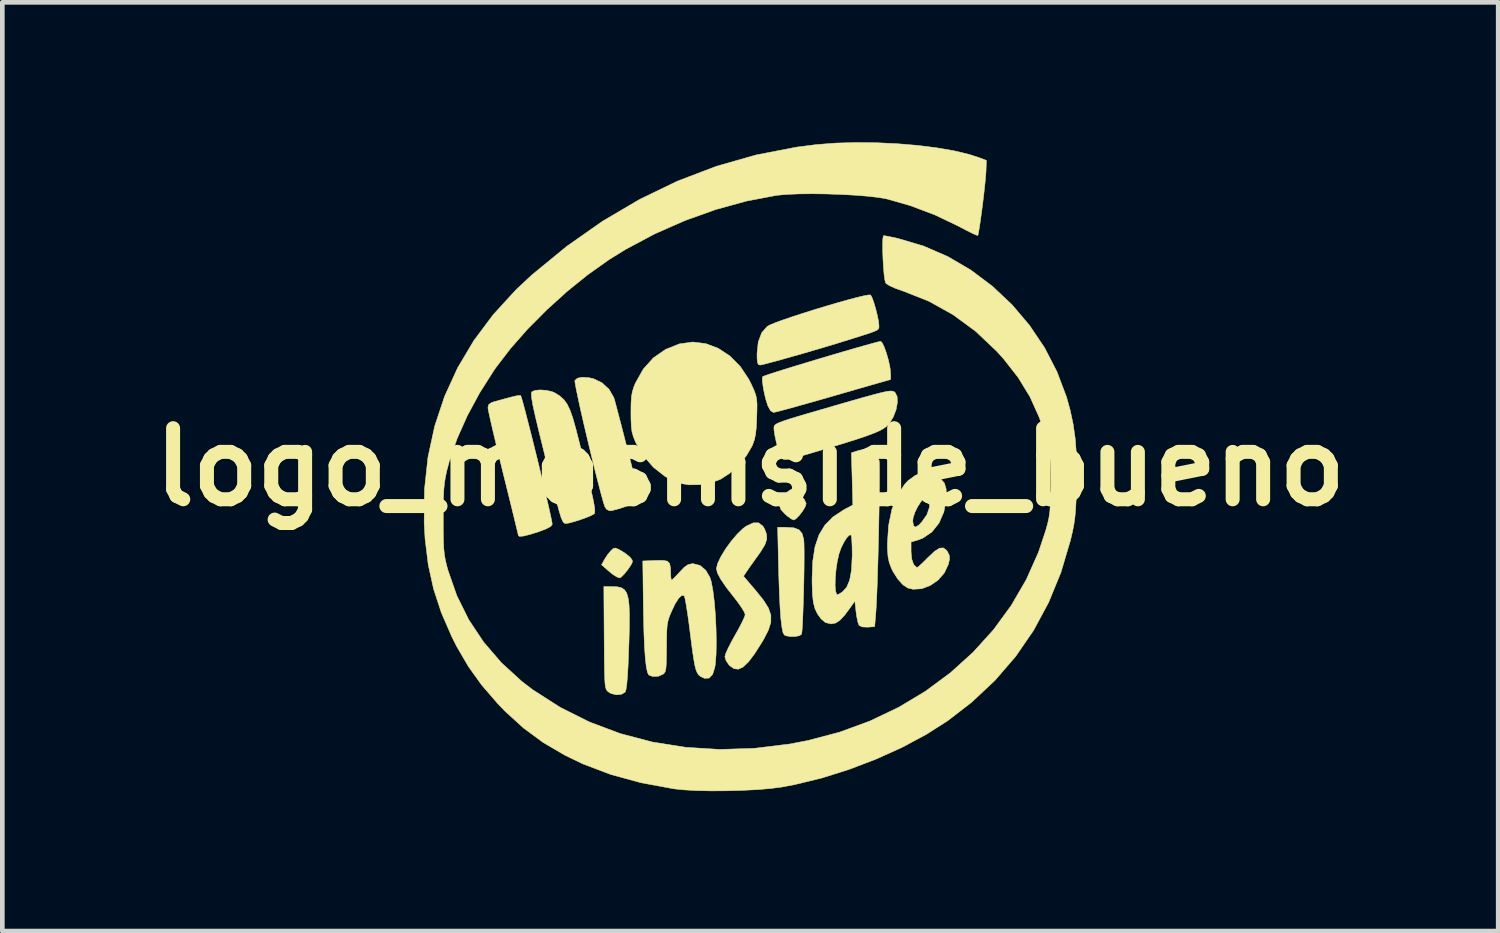
<source format=kicad_pcb>
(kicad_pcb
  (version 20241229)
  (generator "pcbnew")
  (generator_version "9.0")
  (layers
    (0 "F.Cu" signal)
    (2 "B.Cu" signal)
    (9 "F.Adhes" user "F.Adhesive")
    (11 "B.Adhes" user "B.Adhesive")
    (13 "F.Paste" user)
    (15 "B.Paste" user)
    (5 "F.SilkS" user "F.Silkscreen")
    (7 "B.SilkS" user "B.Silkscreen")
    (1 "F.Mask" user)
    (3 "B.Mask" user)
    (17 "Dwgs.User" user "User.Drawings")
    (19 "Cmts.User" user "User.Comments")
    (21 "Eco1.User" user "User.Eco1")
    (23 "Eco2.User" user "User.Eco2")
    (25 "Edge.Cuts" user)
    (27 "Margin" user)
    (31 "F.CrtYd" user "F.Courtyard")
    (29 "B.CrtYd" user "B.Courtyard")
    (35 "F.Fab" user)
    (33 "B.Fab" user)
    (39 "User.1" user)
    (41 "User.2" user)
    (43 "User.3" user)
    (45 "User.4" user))
  (footprint "logo_mosinside_bueno"
    (layer "F.Cu")
    (at 13.034 6.964)
    (property "Reference" "logo_mosinside_bueno" (at 0 0 0) (layer "F.SilkS") (effects (font (size 1.524 1.524) (thickness 0.3))))
    (attr through_hole)
    (fp_poly (pts (xy 0.916 0.492) (xy 0.946 0.508) (xy 1.066 0.592) (xy 1.155 0.687) (xy 1.196 0.774) (xy 1.197 0.787) (xy 1.174 0.857) (xy 1.117 0.95) (xy 1.044 1.043) (xy 0.974 1.111) (xy 0.93 1.133) (xy 0.879 1.11) (xy 0.797 1.051) (xy 0.752 1.013) (xy 0.656 0.909) (xy 0.624 0.813) (xy 0.656 0.71) (xy 0.737 0.6) (xy 0.813 0.517) (xy 0.865 0.484) (xy 0.916 0.492)) (stroke (width 0.01) (type solid)) (fill yes) (layer "F.SilkS"))
    (fp_poly (pts (xy -2.829 1.759) (xy -2.771 1.79) (xy -2.666 1.858) (xy -2.58 1.929) (xy -2.566 1.945) (xy -2.531 1.993) (xy -2.527 2.037) (xy -2.558 2.099) (xy -2.622 2.193) (xy -2.699 2.29) (xy -2.767 2.357) (xy -2.798 2.375) (xy -2.854 2.358) (xy -2.943 2.302) (xy -3.021 2.24) (xy -3.188 2.094) (xy -3.127 1.982) (xy -3.058 1.876) (xy -2.988 1.792) (xy -2.937 1.745) (xy -2.893 1.734) (xy -2.829 1.759)) (stroke (width 0.01) (type solid)) (fill yes) (layer "F.SilkS"))
    (fp_poly (pts (xy -2.95 2.561) (xy -2.847 2.566) (xy -2.763 2.586) (xy -2.699 2.627) (xy -2.651 2.696) (xy -2.619 2.803) (xy -2.599 2.953) (xy -2.591 3.156) (xy -2.592 3.417) (xy -2.6 3.745) (xy -2.607 3.934) (xy -2.619 4.249) (xy -2.633 4.49) (xy -2.648 4.664) (xy -2.665 4.773) (xy -2.683 4.823) (xy -2.762 4.871) (xy -2.873 4.881) (xy -2.986 4.853) (xy -3.046 4.816) (xy -3.069 4.793) (xy -3.088 4.765) (xy -3.101 4.722) (xy -3.112 4.655) (xy -3.119 4.555) (xy -3.124 4.412) (xy -3.127 4.219) (xy -3.13 3.965) (xy -3.132 3.653) (xy -3.139 2.56) (xy -2.95 2.561)) (stroke (width 0.01) (type solid)) (fill yes) (layer "F.SilkS"))
    (fp_poly (pts (xy 0.933 1.301) (xy 1.045 1.343) (xy 1.111 1.423) (xy 1.146 1.55) (xy 1.147 1.556) (xy 1.152 1.64) (xy 1.155 1.784) (xy 1.155 1.975) (xy 1.153 2.2) (xy 1.149 2.444) (xy 1.143 2.695) (xy 1.136 2.938) (xy 1.128 3.161) (xy 1.12 3.35) (xy 1.111 3.491) (xy 1.102 3.571) (xy 1.1 3.581) (xy 1.055 3.613) (xy 0.966 3.631) (xy 0.86 3.632) (xy 0.767 3.616) (xy 0.731 3.599) (xy 0.702 3.548) (xy 0.678 3.433) (xy 0.656 3.251) (xy 0.638 3.001) (xy 0.623 2.68) (xy 0.61 2.284) (xy 0.605 2.081) (xy 0.587 1.29) (xy 0.764 1.29) (xy 0.933 1.301)) (stroke (width 0.01) (type solid)) (fill yes) (layer "F.SilkS"))
    (fp_poly (pts (xy -3.459 -1.917) (xy -3.36 -1.895) (xy -3.178 -1.808) (xy -3.027 -1.668) (xy -2.926 -1.492) (xy -2.909 -1.44) (xy -2.871 -1.297) (xy -2.822 -1.11) (xy -2.764 -0.89) (xy -2.702 -0.648) (xy -2.637 -0.395) (xy -2.572 -0.144) (xy -2.511 0.095) (xy -2.456 0.31) (xy -2.411 0.489) (xy -2.378 0.622) (xy -2.361 0.696) (xy -2.359 0.708) (xy -2.391 0.733) (xy -2.474 0.771) (xy -2.591 0.816) (xy -2.723 0.862) (xy -2.85 0.902) (xy -2.956 0.929) (xy -3.014 0.938) (xy -3.084 0.902) (xy -3.121 0.84) (xy -3.154 0.734) (xy -3.199 0.572) (xy -3.253 0.365) (xy -3.315 0.124) (xy -3.381 -0.142) (xy -3.448 -0.42) (xy -3.515 -0.701) (xy -3.579 -0.974) (xy -3.637 -1.229) (xy -3.686 -1.454) (xy -3.725 -1.639) (xy -3.751 -1.774) (xy -3.761 -1.848) (xy -3.76 -1.857) (xy -3.706 -1.906) (xy -3.601 -1.927) (xy -3.459 -1.917)) (stroke (width 0.01) (type solid)) (fill yes) (layer "F.SilkS"))
    (fp_poly (pts (xy -4.374 -1.646) (xy -4.253 -1.619) (xy -4.189 -1.592) (xy -4.082 -1.524) (xy -3.996 -1.447) (xy -3.925 -1.349) (xy -3.862 -1.217) (xy -3.8 -1.038) (xy -3.734 -0.802) (xy -3.701 -0.672) (xy -3.6 -0.274) (xy -3.518 0.056) (xy -3.453 0.323) (xy -3.404 0.535) (xy -3.368 0.698) (xy -3.346 0.818) (xy -3.334 0.903) (xy -3.333 0.958) (xy -3.34 0.991) (xy -3.348 1.002) (xy -3.403 1.034) (xy -3.507 1.078) (xy -3.637 1.125) (xy -3.772 1.168) (xy -3.889 1.199) (xy -3.966 1.211) (xy -3.967 1.211) (xy -4.01 1.18) (xy -4.055 1.082) (xy -4.096 0.948) (xy -4.152 0.738) (xy -4.221 0.472) (xy -4.298 0.169) (xy -4.379 -0.152) (xy -4.458 -0.472) (xy -4.532 -0.771) (xy -4.594 -1.031) (xy -4.608 -1.09) (xy -4.659 -1.321) (xy -4.687 -1.483) (xy -4.693 -1.58) (xy -4.683 -1.615) (xy -4.615 -1.645) (xy -4.504 -1.655) (xy -4.374 -1.646)) (stroke (width 0.01) (type solid)) (fill yes) (layer "F.SilkS"))
    (fp_poly (pts (xy -4.928 -1.536) (xy -4.92 -1.53) (xy -4.901 -1.475) (xy -4.867 -1.355) (xy -4.82 -1.18) (xy -4.764 -0.962) (xy -4.7 -0.712) (xy -4.632 -0.44) (xy -4.562 -0.157) (xy -4.493 0.127) (xy -4.428 0.399) (xy -4.369 0.651) (xy -4.318 0.87) (xy -4.279 1.046) (xy -4.254 1.168) (xy -4.245 1.225) (xy -4.275 1.269) (xy -4.367 1.32) (xy -4.526 1.381) (xy -4.538 1.386) (xy -4.728 1.445) (xy -4.868 1.479) (xy -4.95 1.484) (xy -4.971 1.468) (xy -4.98 1.427) (xy -5.006 1.32) (xy -5.046 1.155) (xy -5.098 0.94) (xy -5.161 0.684) (xy -5.232 0.397) (xy -5.298 0.13) (xy -5.374 -0.181) (xy -5.444 -0.472) (xy -5.506 -0.732) (xy -5.557 -0.952) (xy -5.595 -1.123) (xy -5.618 -1.235) (xy -5.624 -1.277) (xy -5.607 -1.342) (xy -5.544 -1.385) (xy -5.488 -1.403) (xy -5.275 -1.462) (xy -5.122 -1.503) (xy -5.02 -1.527) (xy -4.958 -1.537) (xy -4.928 -1.536)) (stroke (width 0.01) (type solid)) (fill yes) (layer "F.SilkS"))
    (fp_poly (pts (xy 2.579 -3.691) (xy 2.608 -3.641) (xy 2.646 -3.538) (xy 2.686 -3.404) (xy 2.722 -3.261) (xy 2.748 -3.134) (xy 2.758 -3.046) (xy 2.759 -3.009) (xy 2.757 -2.981) (xy 2.743 -2.956) (xy 2.709 -2.932) (xy 2.645 -2.904) (xy 2.544 -2.868) (xy 2.397 -2.821) (xy 2.195 -2.757) (xy 2.014 -2.701) (xy 1.815 -2.639) (xy 1.59 -2.572) (xy 1.352 -2.502) (xy 1.111 -2.431) (xy 0.877 -2.365) (xy 0.662 -2.304) (xy 0.477 -2.254) (xy 0.332 -2.215) (xy 0.239 -2.193) (xy 0.211 -2.188) (xy 0.175 -2.199) (xy 0.155 -2.242) (xy 0.146 -2.334) (xy 0.145 -2.433) (xy 0.171 -2.684) (xy 0.246 -2.882) (xy 0.363 -3.016) (xy 0.427 -3.051) (xy 0.548 -3.1) (xy 0.714 -3.16) (xy 0.916 -3.229) (xy 1.142 -3.302) (xy 1.383 -3.378) (xy 1.627 -3.452) (xy 1.864 -3.522) (xy 2.084 -3.584) (xy 2.276 -3.635) (xy 2.429 -3.672) (xy 2.534 -3.691) (xy 2.579 -3.691)) (stroke (width 0.01) (type solid)) (fill yes) (layer "F.SilkS"))
    (fp_poly (pts (xy -0.955 -2.648) (xy -0.686 -2.547) (xy -0.436 -2.382) (xy -0.215 -2.159) (xy -0.031 -1.883) (xy 0.022 -1.777) (xy 0.08 -1.649) (xy 0.117 -1.55) (xy 0.137 -1.457) (xy 0.145 -1.348) (xy 0.143 -1.198) (xy 0.139 -1.068) (xy 0.13 -0.859) (xy 0.114 -0.707) (xy 0.089 -0.588) (xy 0.051 -0.481) (xy 0.037 -0.449) (xy -0.085 -0.242) (xy -0.254 -0.039) (xy -0.449 0.138) (xy -0.643 0.263) (xy -0.848 0.336) (xy -1.083 0.376) (xy -1.317 0.38) (xy -1.523 0.345) (xy -1.55 0.336) (xy -1.824 0.202) (xy -2.076 0.004) (xy -2.291 -0.243) (xy -2.454 -0.522) (xy -2.461 -0.539) (xy -2.506 -0.651) (xy -2.535 -0.753) (xy -2.55 -0.869) (xy -2.557 -1.022) (xy -2.558 -1.172) (xy -2.556 -1.368) (xy -2.547 -1.51) (xy -2.527 -1.621) (xy -2.494 -1.724) (xy -2.461 -1.804) (xy -2.294 -2.101) (xy -2.077 -2.343) (xy -1.814 -2.525) (xy -1.52 -2.642) (xy -1.236 -2.682) (xy -0.955 -2.648)) (stroke (width 0.01) (type solid)) (fill yes) (layer "F.SilkS"))
    (fp_poly (pts (xy 2.83 -2.662) (xy 2.873 -2.571) (xy 2.918 -2.445) (xy 2.959 -2.303) (xy 2.99 -2.165) (xy 3.002 -2.085) (xy 3.01 -1.97) (xy 3.01 -1.893) (xy 3.004 -1.876) (xy 2.967 -1.866) (xy 2.867 -1.838) (xy 2.713 -1.794) (xy 2.514 -1.737) (xy 2.277 -1.669) (xy 2.011 -1.592) (xy 1.775 -1.524) (xy 1.488 -1.441) (xy 1.221 -1.366) (xy 0.984 -1.299) (xy 0.784 -1.244) (xy 0.63 -1.203) (xy 0.531 -1.179) (xy 0.497 -1.172) (xy 0.435 -1.209) (xy 0.377 -1.313) (xy 0.376 -1.317) (xy 0.338 -1.435) (xy 0.303 -1.576) (xy 0.276 -1.719) (xy 0.26 -1.842) (xy 0.259 -1.922) (xy 0.265 -1.939) (xy 0.306 -1.957) (xy 0.407 -1.992) (xy 0.559 -2.041) (xy 0.752 -2.102) (xy 0.976 -2.171) (xy 1.221 -2.245) (xy 1.479 -2.323) (xy 1.738 -2.4) (xy 1.99 -2.474) (xy 2.224 -2.542) (xy 2.431 -2.601) (xy 2.601 -2.648) (xy 2.724 -2.681) (xy 2.791 -2.696) (xy 2.798 -2.696) (xy 2.83 -2.662)) (stroke (width 0.01) (type solid)) (fill yes) (layer "F.SilkS"))
    (fp_poly (pts (xy 3.065 -1.625) (xy 3.092 -1.611) (xy 3.103 -1.602) (xy 3.148 -1.515) (xy 3.154 -1.385) (xy 3.126 -1.232) (xy 3.067 -1.077) (xy 2.983 -0.939) (xy 2.964 -0.917) (xy 2.917 -0.871) (xy 2.856 -0.827) (xy 2.773 -0.781) (xy 2.661 -0.732) (xy 2.515 -0.677) (xy 2.326 -0.612) (xy 2.087 -0.536) (xy 1.793 -0.446) (xy 1.436 -0.339) (xy 1.417 -0.334) (xy 1.179 -0.263) (xy 1 -0.213) (xy 0.872 -0.181) (xy 0.784 -0.165) (xy 0.727 -0.164) (xy 0.691 -0.177) (xy 0.666 -0.201) (xy 0.663 -0.205) (xy 0.632 -0.276) (xy 0.594 -0.397) (xy 0.556 -0.542) (xy 0.526 -0.685) (xy 0.509 -0.798) (xy 0.508 -0.826) (xy 0.508 -0.855) (xy 0.514 -0.881) (xy 0.531 -0.905) (xy 0.567 -0.929) (xy 0.628 -0.958) (xy 0.72 -0.992) (xy 0.85 -1.035) (xy 1.024 -1.088) (xy 1.25 -1.155) (xy 1.534 -1.237) (xy 1.832 -1.324) (xy 2.154 -1.417) (xy 2.413 -1.491) (xy 2.617 -1.547) (xy 2.773 -1.588) (xy 2.889 -1.615) (xy 2.971 -1.629) (xy 3.027 -1.631) (xy 3.065 -1.625)) (stroke (width 0.01) (type solid)) (fill yes) (layer "F.SilkS"))
    (fp_poly (pts (xy 0.27 1.264) (xy 0.308 1.327) (xy 0.35 1.441) (xy 0.354 1.546) (xy 0.315 1.66) (xy 0.23 1.802) (xy 0.178 1.876) (xy 0.082 2.01) (xy -0.006 2.133) (xy -0.068 2.223) (xy -0.076 2.234) (xy -0.145 2.338) (xy 0.126 2.656) (xy 0.286 2.856) (xy 0.391 3.024) (xy 0.442 3.175) (xy 0.441 3.326) (xy 0.39 3.491) (xy 0.29 3.686) (xy 0.249 3.756) (xy 0.094 4) (xy -0.038 4.175) (xy -0.153 4.285) (xy -0.255 4.332) (xy -0.35 4.321) (xy -0.442 4.255) (xy -0.455 4.242) (xy -0.517 4.152) (xy -0.544 4.067) (xy -0.544 4.062) (xy -0.526 3.997) (xy -0.475 3.883) (xy -0.401 3.738) (xy -0.327 3.605) (xy -0.239 3.448) (xy -0.168 3.31) (xy -0.122 3.207) (xy -0.109 3.159) (xy -0.132 3.1) (xy -0.193 3) (xy -0.282 2.875) (xy -0.343 2.797) (xy -0.515 2.577) (xy -0.633 2.403) (xy -0.703 2.272) (xy -0.726 2.177) (xy -0.726 2.177) (xy -0.7 2.067) (xy -0.632 1.923) (xy -0.533 1.759) (xy -0.413 1.593) (xy -0.284 1.441) (xy -0.159 1.319) (xy -0.087 1.265) (xy 0.062 1.195) (xy 0.179 1.195) (xy 0.27 1.264)) (stroke (width 0.01) (type solid)) (fill yes) (layer "F.SilkS"))
    (fp_poly (pts (xy 3.899 0.159) (xy 3.94 0.175) (xy 4.078 0.249) (xy 4.162 0.343) (xy 4.2 0.474) (xy 4.202 0.658) (xy 4.2 0.681) (xy 4.15 0.961) (xy 4.046 1.2) (xy 3.894 1.39) (xy 3.7 1.522) (xy 3.587 1.565) (xy 3.447 1.605) (xy 3.447 1.816) (xy 3.462 1.972) (xy 3.502 2.087) (xy 3.56 2.145) (xy 3.583 2.149) (xy 3.617 2.124) (xy 3.689 2.057) (xy 3.786 1.962) (xy 3.813 1.934) (xy 3.951 1.805) (xy 4.056 1.738) (xy 4.138 1.731) (xy 4.205 1.78) (xy 4.232 1.819) (xy 4.268 1.895) (xy 4.272 1.972) (xy 4.247 2.082) (xy 4.162 2.266) (xy 4.028 2.421) (xy 3.86 2.537) (xy 3.675 2.607) (xy 3.489 2.618) (xy 3.375 2.591) (xy 3.27 2.52) (xy 3.16 2.396) (xy 3.061 2.241) (xy 3.026 2.169) (xy 2.979 2.045) (xy 2.953 1.919) (xy 2.941 1.761) (xy 2.94 1.641) (xy 2.965 1.253) (xy 2.985 1.154) (xy 3.483 1.154) (xy 3.498 1.255) (xy 3.541 1.285) (xy 3.613 1.243) (xy 3.672 1.182) (xy 3.786 1.022) (xy 3.842 0.858) (xy 3.851 0.663) (xy 3.85 0.655) (xy 3.83 0.605) (xy 3.785 0.611) (xy 3.723 0.662) (xy 3.654 0.747) (xy 3.587 0.852) (xy 3.531 0.966) (xy 3.493 1.077) (xy 3.483 1.154) (xy 2.985 1.154) (xy 3.036 0.906) (xy 3.153 0.608) (xy 3.312 0.366) (xy 3.379 0.293) (xy 3.543 0.173) (xy 3.714 0.129) (xy 3.899 0.159)) (stroke (width 0.01) (type solid)) (fill yes) (layer "F.SilkS"))
    (fp_poly (pts (xy -1.78 2.015) (xy -1.73 2.064) (xy -1.71 2.157) (xy -1.706 2.296) (xy -1.701 2.382) (xy -1.688 2.422) (xy -1.687 2.423) (xy -1.654 2.397) (xy -1.587 2.329) (xy -1.511 2.247) (xy -1.413 2.145) (xy -1.335 2.091) (xy -1.255 2.072) (xy -1.219 2.071) (xy -1.077 2.108) (xy -0.955 2.21) (xy -0.865 2.364) (xy -0.839 2.446) (xy -0.801 2.643) (xy -0.77 2.894) (xy -0.747 3.177) (xy -0.733 3.473) (xy -0.728 3.761) (xy -0.733 4.02) (xy -0.75 4.231) (xy -0.76 4.293) (xy -0.807 4.443) (xy -0.881 4.522) (xy -0.981 4.528) (xy -1.061 4.491) (xy -1.101 4.46) (xy -1.134 4.415) (xy -1.163 4.348) (xy -1.189 4.246) (xy -1.215 4.101) (xy -1.244 3.901) (xy -1.278 3.637) (xy -1.289 3.552) (xy -1.319 3.316) (xy -1.349 3.106) (xy -1.377 2.935) (xy -1.399 2.816) (xy -1.415 2.76) (xy -1.416 2.758) (xy -1.467 2.75) (xy -1.534 2.81) (xy -1.612 2.933) (xy -1.691 3.099) (xy -1.734 3.203) (xy -1.763 3.295) (xy -1.781 3.392) (xy -1.79 3.515) (xy -1.794 3.681) (xy -1.795 3.862) (xy -1.797 4.075) (xy -1.801 4.224) (xy -1.809 4.322) (xy -1.824 4.383) (xy -1.847 4.421) (xy -1.867 4.438) (xy -1.971 4.484) (xy -2.091 4.488) (xy -2.172 4.459) (xy -2.202 4.407) (xy -2.228 4.291) (xy -2.249 4.111) (xy -2.267 3.862) (xy -2.28 3.543) (xy -2.289 3.149) (xy -2.293 2.911) (xy -2.304 2.012) (xy -2.028 2.001) (xy -1.875 1.999) (xy -1.78 2.015)) (stroke (width 0.01) (type solid)) (fill yes) (layer "F.SilkS"))
    (fp_poly (pts (xy 2.508 -0.369) (xy 2.598 -0.327) (xy 2.717 -0.235) (xy 2.762 -0.146) (xy 2.767 -0.084) (xy 2.769 0.047) (xy 2.769 0.235) (xy 2.768 0.469) (xy 2.764 0.741) (xy 2.759 1.038) (xy 2.753 1.352) (xy 2.746 1.671) (xy 2.738 1.985) (xy 2.729 2.283) (xy 2.72 2.556) (xy 2.71 2.793) (xy 2.701 2.984) (xy 2.693 3.107) (xy 2.667 3.419) (xy 2.519 3.431) (xy 2.404 3.426) (xy 2.336 3.395) (xy 2.333 3.392) (xy 2.308 3.327) (xy 2.284 3.213) (xy 2.268 3.107) (xy 2.242 2.872) (xy 2.146 3.009) (xy 2.022 3.175) (xy 1.922 3.282) (xy 1.833 3.341) (xy 1.744 3.36) (xy 1.733 3.361) (xy 1.611 3.332) (xy 1.518 3.253) (xy 1.442 3.149) (xy 1.388 3.037) (xy 1.352 2.899) (xy 1.333 2.722) (xy 1.327 2.534) (xy 1.819 2.534) (xy 1.828 2.656) (xy 1.851 2.725) (xy 1.869 2.735) (xy 1.911 2.716) (xy 1.976 2.674) (xy 2.067 2.575) (xy 2.131 2.421) (xy 2.17 2.207) (xy 2.184 1.925) (xy 2.185 1.884) (xy 2.183 1.713) (xy 2.177 1.573) (xy 2.168 1.48) (xy 2.16 1.454) (xy 2.121 1.459) (xy 2.065 1.519) (xy 2.003 1.618) (xy 1.944 1.74) (xy 1.903 1.856) (xy 1.865 2.022) (xy 1.838 2.201) (xy 1.823 2.377) (xy 1.819 2.534) (xy 1.327 2.534) (xy 1.325 2.488) (xy 1.325 2.384) (xy 1.34 2.013) (xy 1.388 1.705) (xy 1.474 1.451) (xy 1.601 1.241) (xy 1.774 1.067) (xy 1.998 0.919) (xy 2.038 0.897) (xy 2.199 0.812) (xy 2.184 0.253) (xy 2.168 -0.307) (xy 2.314 -0.354) (xy 2.422 -0.38) (xy 2.508 -0.369)) (stroke (width 0.01) (type solid)) (fill yes) (layer "F.SilkS"))
    (fp_poly (pts (xy 2.711 -6.954) (xy 3.155 -6.933) (xy 3.587 -6.897) (xy 3.995 -6.846) (xy 4.366 -6.782) (xy 4.689 -6.705) (xy 4.917 -6.631) (xy 5.062 -6.575) (xy 5.054 -6.345) (xy 5.047 -6.238) (xy 5.032 -6.084) (xy 5.012 -5.898) (xy 4.988 -5.695) (xy 4.962 -5.491) (xy 4.936 -5.301) (xy 4.912 -5.14) (xy 4.892 -5.024) (xy 4.879 -4.968) (xy 4.877 -4.966) (xy 4.841 -4.976) (xy 4.753 -5.016) (xy 4.626 -5.079) (xy 4.473 -5.16) (xy 4.454 -5.17) (xy 3.962 -5.405) (xy 3.436 -5.604) (xy 2.933 -5.748) (xy 2.757 -5.78) (xy 2.524 -5.807) (xy 2.249 -5.829) (xy 1.948 -5.845) (xy 1.635 -5.856) (xy 1.327 -5.86) (xy 1.038 -5.857) (xy 0.783 -5.846) (xy 0.579 -5.828) (xy 0.562 -5.826) (xy -0.079 -5.704) (xy -0.74 -5.522) (xy -1.402 -5.285) (xy -2.049 -5) (xy -2.664 -4.673) (xy -3.029 -4.447) (xy -3.479 -4.128) (xy -3.928 -3.766) (xy -4.363 -3.372) (xy -4.772 -2.961) (xy -5.139 -2.544) (xy -5.452 -2.136) (xy -5.49 -2.082) (xy -5.8 -1.594) (xy -6.067 -1.1) (xy -6.284 -0.612) (xy -6.447 -0.143) (xy -6.506 0.078) (xy -6.535 0.213) (xy -6.556 0.344) (xy -6.57 0.488) (xy -6.578 0.66) (xy -6.582 0.878) (xy -6.582 1.133) (xy -6.581 1.395) (xy -6.577 1.595) (xy -6.57 1.75) (xy -6.557 1.876) (xy -6.537 1.989) (xy -6.509 2.107) (xy -6.482 2.208) (xy -6.291 2.755) (xy -6.035 3.271) (xy -5.716 3.751) (xy -5.336 4.193) (xy -4.898 4.593) (xy -4.663 4.773) (xy -4.073 5.151) (xy -3.447 5.464) (xy -2.787 5.712) (xy -2.1 5.893) (xy -1.388 6.006) (xy -0.656 6.052) (xy 0.09 6.028) (xy 0.848 5.935) (xy 1.234 5.861) (xy 1.917 5.681) (xy 2.567 5.442) (xy 3.183 5.148) (xy 3.759 4.802) (xy 4.292 4.407) (xy 4.778 3.968) (xy 5.214 3.486) (xy 5.595 2.965) (xy 5.918 2.409) (xy 6.18 1.821) (xy 6.337 1.348) (xy 6.376 1.206) (xy 6.403 1.082) (xy 6.421 0.958) (xy 6.432 0.815) (xy 6.437 0.633) (xy 6.439 0.394) (xy 6.439 0.371) (xy 6.438 0.119) (xy 6.434 -0.074) (xy 6.423 -0.226) (xy 6.405 -0.355) (xy 6.379 -0.481) (xy 6.358 -0.562) (xy 6.199 -1.057) (xy 5.997 -1.505) (xy 5.744 -1.92) (xy 5.431 -2.32) (xy 5.284 -2.483) (xy 4.834 -2.909) (xy 4.349 -3.266) (xy 3.833 -3.554) (xy 3.284 -3.772) (xy 3.272 -3.776) (xy 3.11 -3.833) (xy 2.986 -3.889) (xy 2.913 -3.935) (xy 2.902 -3.949) (xy 2.884 -4.018) (xy 2.868 -4.138) (xy 2.855 -4.292) (xy 2.845 -4.462) (xy 2.839 -4.631) (xy 2.838 -4.782) (xy 2.842 -4.896) (xy 2.853 -4.957) (xy 2.859 -4.963) (xy 2.912 -4.955) (xy 3.014 -4.935) (xy 3.146 -4.907) (xy 3.163 -4.903) (xy 3.712 -4.741) (xy 4.237 -4.513) (xy 4.732 -4.223) (xy 5.192 -3.877) (xy 5.612 -3.481) (xy 5.986 -3.04) (xy 6.31 -2.559) (xy 6.576 -2.043) (xy 6.781 -1.499) (xy 6.858 -1.22) (xy 6.922 -0.921) (xy 6.965 -0.62) (xy 6.99 -0.297) (xy 6.999 0.068) (xy 6.994 0.428) (xy 6.986 0.694) (xy 6.975 0.903) (xy 6.96 1.074) (xy 6.938 1.229) (xy 6.907 1.386) (xy 6.865 1.565) (xy 6.661 2.254) (xy 6.397 2.899) (xy 6.074 3.499) (xy 5.691 4.056) (xy 5.247 4.571) (xy 4.741 5.045) (xy 4.227 5.441) (xy 3.767 5.734) (xy 3.25 6.01) (xy 2.694 6.261) (xy 2.114 6.482) (xy 1.526 6.667) (xy 0.945 6.808) (xy 0.671 6.859) (xy 0.433 6.89) (xy 0.144 6.914) (xy -0.178 6.93) (xy -0.515 6.939) (xy -0.849 6.941) (xy -1.162 6.934) (xy -1.437 6.918) (xy -1.633 6.897) (xy -2.339 6.767) (xy -2.991 6.589) (xy -3.592 6.361) (xy -3.973 6.177) (xy -4.439 5.904) (xy -4.86 5.594) (xy -5.258 5.232) (xy -5.423 5.06) (xy -5.759 4.67) (xy -6.043 4.274) (xy -6.294 3.844) (xy -6.403 3.626) (xy -6.624 3.117) (xy -6.789 2.613) (xy -6.903 2.095) (xy -6.971 1.543) (xy -6.991 1.192) (xy -6.984 0.475) (xy -6.909 -0.216) (xy -6.765 -0.88) (xy -6.553 -1.518) (xy -6.273 -2.129) (xy -5.926 -2.713) (xy -5.511 -3.268) (xy -5.028 -3.796) (xy -4.681 -4.121) (xy -3.935 -4.733) (xy -3.165 -5.273) (xy -2.373 -5.739) (xy -1.56 -6.132) (xy -0.726 -6.45) (xy 0.127 -6.693) (xy 0.997 -6.861) (xy 1.433 -6.916) (xy 1.838 -6.947) (xy 2.268 -6.959) (xy 2.711 -6.954)) (stroke (width 0.01) (type solid)) (fill yes) (layer "F.SilkS")))
  (gr_rect
    (start -3 -3)
    (end 29.068 16.91)
    (stroke (width 0.1) (type default))
    (fill no)
    (layer "Edge.Cuts")))
</source>
